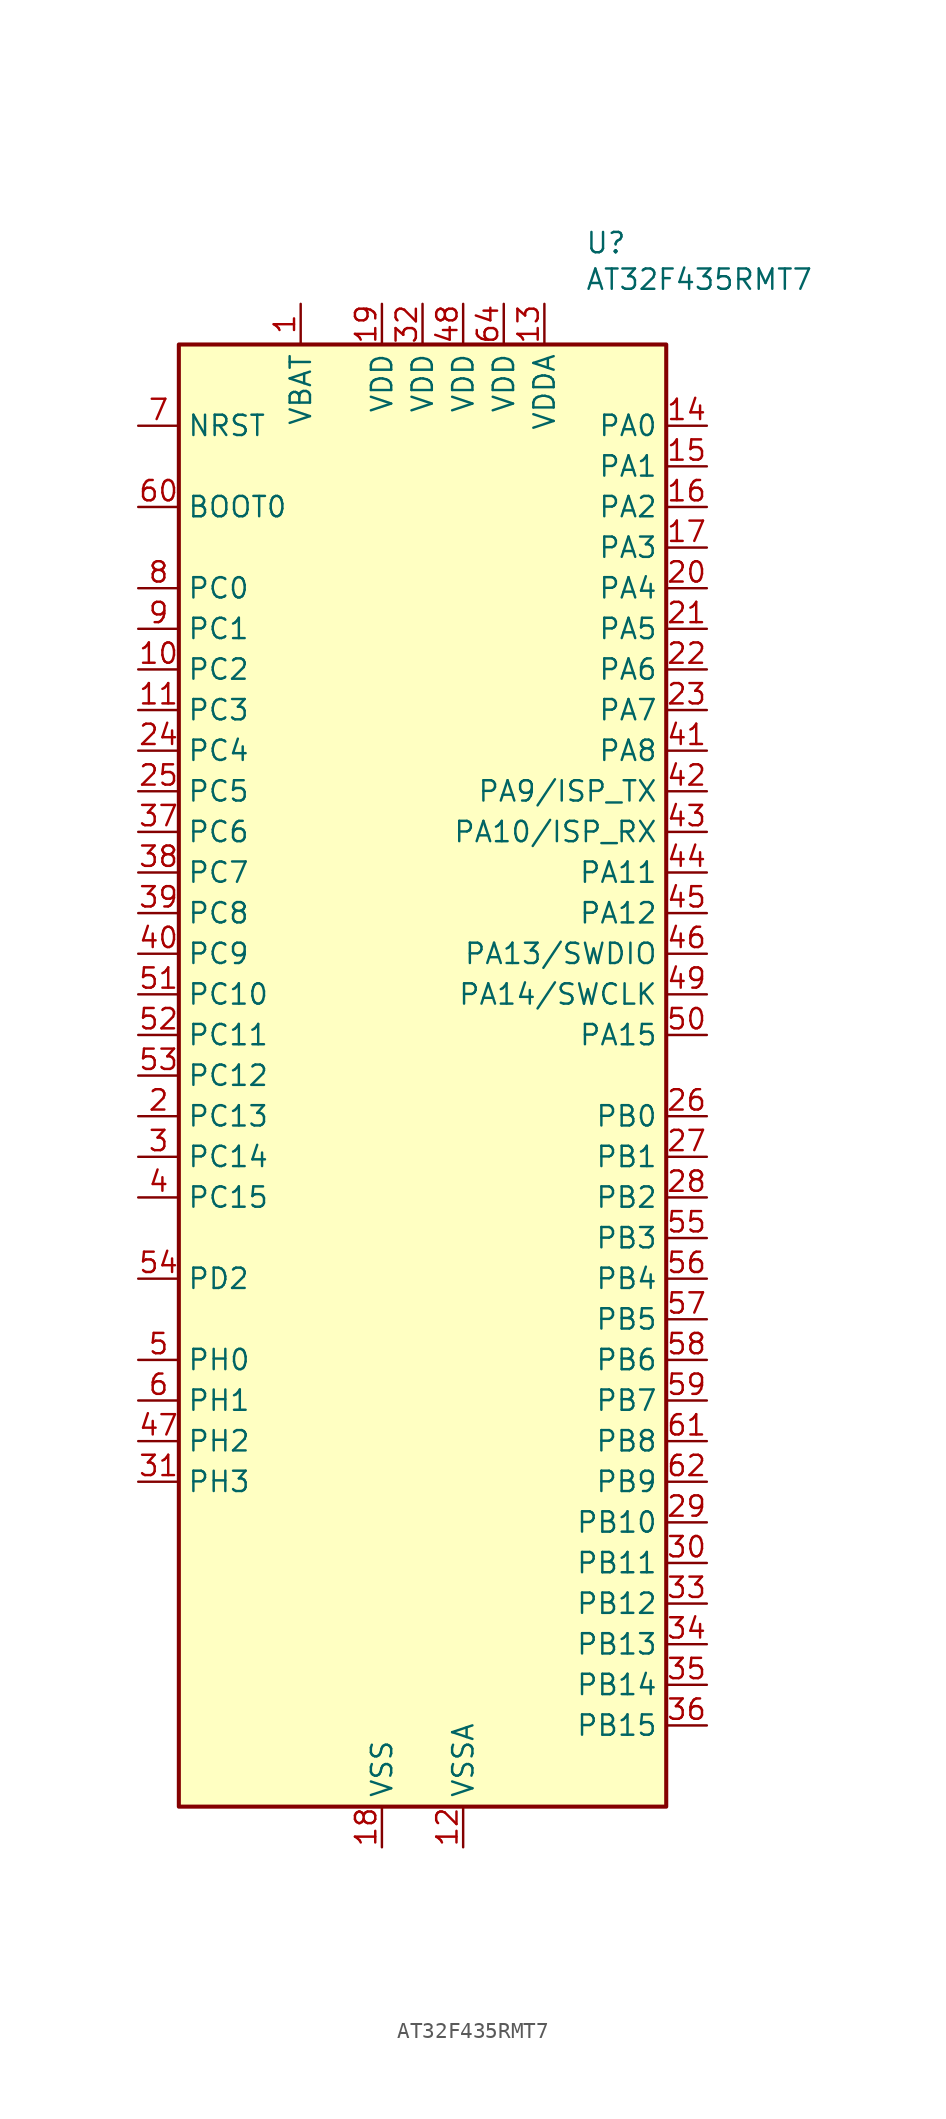
<source format=kicad_sym>
(kicad_symbol_lib
  (version 20241209)
  (generator "kicad_symbol_editor")
  (generator_version "9.0")
  (symbol "AT32F435RMT7"
    (property "Reference" "U"
      (at 10.16 52.07 0)
      (effects (font (size 1.27 1.27)) (justify left)))
    (property "Value" "AT32F435RMT7"
      (at 10.16 49.784 0)
      (effects (font (size 1.27 1.27)) (justify left)))
    (symbol "AT32F435RMT7_0_1"
      (rectangle (start -15.24 45.72) (end 15.24 -45.72) (stroke (width 0.254) (type default)) (fill (type background))))
    (symbol "AT32F435RMT7_1_0"
      (pin bidirectional line (at -17.78 30.48 0) (length 2.54) (name "PC0" (effects (font (size 1.27 1.27)))) (number "8" (effects (font (size 1.27 1.27)))))
      (pin bidirectional line (at -17.78 27.94 0) (length 2.54) (name "PC1" (effects (font (size 1.27 1.27)))) (number "9" (effects (font (size 1.27 1.27)))))
      (pin bidirectional line (at -17.78 25.4 0) (length 2.54) (name "PC2" (effects (font (size 1.27 1.27)))) (number "10" (effects (font (size 1.27 1.27)))))
      (pin bidirectional line (at -17.78 22.86 0) (length 2.54) (name "PC3" (effects (font (size 1.27 1.27)))) (number "11" (effects (font (size 1.27 1.27)))))
      (pin bidirectional line (at -17.78 20.32 0) (length 2.54) (name "PC4" (effects (font (size 1.27 1.27)))) (number "24" (effects (font (size 1.27 1.27)))))
      (pin bidirectional line (at -17.78 17.78 0) (length 2.54) (name "PC5" (effects (font (size 1.27 1.27)))) (number "25" (effects (font (size 1.27 1.27)))))
      (pin bidirectional line (at -17.78 15.24 0) (length 2.54) (name "PC6" (effects (font (size 1.27 1.27)))) (number "37" (effects (font (size 1.27 1.27)))))
      (pin bidirectional line (at -17.78 12.7 0) (length 2.54) (name "PC7" (effects (font (size 1.27 1.27)))) (number "38" (effects (font (size 1.27 1.27)))))
      (pin bidirectional line (at -17.78 10.16 0) (length 2.54) (name "PC8" (effects (font (size 1.27 1.27)))) (number "39" (effects (font (size 1.27 1.27)))))
      (pin bidirectional line (at -17.78 7.62 0) (length 2.54) (name "PC9" (effects (font (size 1.27 1.27)))) (number "40" (effects (font (size 1.27 1.27)))))
      (pin bidirectional line (at -17.78 5.08 0) (length 2.54) (name "PC10" (effects (font (size 1.27 1.27)))) (number "51" (effects (font (size 1.27 1.27)))))
      (pin bidirectional line (at -17.78 2.54 0) (length 2.54) (name "PC11" (effects (font (size 1.27 1.27)))) (number "52" (effects (font (size 1.27 1.27)))))
      (pin bidirectional line (at -17.78 0 0) (length 2.54) (name "PC12" (effects (font (size 1.27 1.27)))) (number "53" (effects (font (size 1.27 1.27)))))
      (pin bidirectional line (at -17.78 -12.7 0) (length 2.54) (name "PD2" (effects (font (size 1.27 1.27)))) (number "54" (effects (font (size 1.27 1.27)))))
      (pin power_in line (at -2.54 48.26 270) (length 2.54) (name "VDD" (effects (font (size 1.27 1.27)))) (number "19" (effects (font (size 1.27 1.27)))))
      (pin power_in line (at -2.54 -48.26 90) (length 2.54) (name "VSS" (effects (font (size 1.27 1.27)))) (number "18" (effects (font (size 1.27 1.27)))))
      (pin power_in line (at 2.54 -48.26 90) (length 2.54) (name "VSSA" (effects (font (size 1.27 1.27)))) (number "12" (effects (font (size 1.27 1.27)))))
      (pin power_in line (at 7.62 48.26 270) (length 2.54) (name "VDDA" (effects (font (size 1.27 1.27)))) (number "13" (effects (font (size 1.27 1.27))))))
    (symbol "AT32F435RMT7_1_1"
      (pin input line (at -17.78 40.64 0) (length 2.54) (name "NRST" (effects (font (size 1.27 1.27)))) (number "7" (effects (font (size 1.27 1.27)))))
      (pin input line (at -17.78 35.56 0) (length 2.54) (name "BOOT0" (effects (font (size 1.27 1.27)))) (number "60" (effects (font (size 1.27 1.27)))))
      (pin bidirectional line (at -17.78 -2.54 0) (length 2.54) (name "PC13" (effects (font (size 1.27 1.27)))) (number "2" (effects (font (size 1.27 1.27)))) (alternate "RTC_OUT" bidirectional line) (alternate "RTC_TAMPER" bidirectional line))
      (pin bidirectional line (at -17.78 -5.08 0) (length 2.54) (name "PC14" (effects (font (size 1.27 1.27)))) (number "3" (effects (font (size 1.27 1.27)))) (alternate "RCC_OSC32_IN" bidirectional line))
      (pin bidirectional line (at -17.78 -7.62 0) (length 2.54) (name "PC15" (effects (font (size 1.27 1.27)))) (number "4" (effects (font (size 1.27 1.27)))) (alternate "ADC1_EXTI15" bidirectional line) (alternate "ADC2_EXTI15" bidirectional line) (alternate "RCC_OSC32_OUT" bidirectional line))
      (pin bidirectional line (at -17.78 -17.78 0) (length 2.54) (name "PH0" (effects (font (size 1.27 1.27)))) (number "5" (effects (font (size 1.27 1.27)))) (alternate "RCC_OSC_IN" bidirectional line))
      (pin bidirectional line (at -17.78 -20.32 0) (length 2.54) (name "PH1" (effects (font (size 1.27 1.27)))) (number "6" (effects (font (size 1.27 1.27)))) (alternate "RCC_OSC_OUT" bidirectional line))
      (pin bidirectional line (at -17.78 -22.86 0) (length 2.54) (name "PH2" (effects (font (size 1.27 1.27)))) (number "47" (effects (font (size 1.27 1.27)))))
      (pin bidirectional line (at -17.78 -25.4 0) (length 2.54) (name "PH3" (effects (font (size 1.27 1.27)))) (number "31" (effects (font (size 1.27 1.27)))))
      (pin power_in line (at -7.62 48.26 270) (length 2.54) (name "VBAT" (effects (font (size 1.27 1.27)))) (number "1" (effects (font (size 1.27 1.27)))))
      (pin power_in line (at -2.54 -48.26 90) (length 2.54) (hide yes) (name "VSS" (effects (font (size 1.27 1.27)))) (number "63" (effects (font (size 1.27 1.27)))))
      (pin power_in line (at 0 48.26 270) (length 2.54) (name "VDD" (effects (font (size 1.27 1.27)))) (number "32" (effects (font (size 1.27 1.27)))))
      (pin power_in line (at 2.54 48.26 270) (length 2.54) (name "VDD" (effects (font (size 1.27 1.27)))) (number "48" (effects (font (size 1.27 1.27)))))
      (pin power_in line (at 5.08 48.26 270) (length 2.54) (name "VDD" (effects (font (size 1.27 1.27)))) (number "64" (effects (font (size 1.27 1.27)))))
      (pin bidirectional line (at 17.78 40.64 180) (length 2.54) (name "PA0" (effects (font (size 1.27 1.27)))) (number "14" (effects (font (size 1.27 1.27)))) (alternate "ADC1_IN0" bidirectional line) (alternate "ADC2_IN0" bidirectional line) (alternate "SYS_WKUP" bidirectional line) (alternate "TIM2_CH1" bidirectional line) (alternate "TIM2_ETR" bidirectional line) (alternate "USART2_CTS" bidirectional line))
      (pin bidirectional line (at 17.78 38.1 180) (length 2.54) (name "PA1" (effects (font (size 1.27 1.27)))) (number "15" (effects (font (size 1.27 1.27)))) (alternate "ADC1_IN1" bidirectional line) (alternate "ADC2_IN1" bidirectional line) (alternate "TIM2_CH2" bidirectional line) (alternate "USART2_RTS" bidirectional line))
      (pin bidirectional line (at 17.78 35.56 180) (length 2.54) (name "PA2" (effects (font (size 1.27 1.27)))) (number "16" (effects (font (size 1.27 1.27)))) (alternate "ADC1_IN2" bidirectional line) (alternate "ADC2_IN2" bidirectional line) (alternate "TIM2_CH3" bidirectional line) (alternate "USART2_TX" bidirectional line))
      (pin bidirectional line (at 17.78 33.02 180) (length 2.54) (name "PA3" (effects (font (size 1.27 1.27)))) (number "17" (effects (font (size 1.27 1.27)))) (alternate "ADC1_IN3" bidirectional line) (alternate "ADC2_IN3" bidirectional line) (alternate "TIM2_CH4" bidirectional line) (alternate "USART2_RX" bidirectional line))
      (pin bidirectional line (at 17.78 30.48 180) (length 2.54) (name "PA4" (effects (font (size 1.27 1.27)))) (number "20" (effects (font (size 1.27 1.27)))) (alternate "ADC1_IN4" bidirectional line) (alternate "ADC2_IN4" bidirectional line) (alternate "SPI1_NSS" bidirectional line) (alternate "USART2_CK" bidirectional line))
      (pin bidirectional line (at 17.78 27.94 180) (length 2.54) (name "PA5" (effects (font (size 1.27 1.27)))) (number "21" (effects (font (size 1.27 1.27)))) (alternate "ADC1_IN5" bidirectional line) (alternate "ADC2_IN5" bidirectional line) (alternate "SPI1_SCK" bidirectional line))
      (pin bidirectional line (at 17.78 25.4 180) (length 2.54) (name "PA6" (effects (font (size 1.27 1.27)))) (number "22" (effects (font (size 1.27 1.27)))) (alternate "ADC1_IN6" bidirectional line) (alternate "ADC2_IN6" bidirectional line) (alternate "SPI1_MISO" bidirectional line) (alternate "TIM1_BKIN" bidirectional line) (alternate "TIM3_CH1" bidirectional line))
      (pin bidirectional line (at 17.78 22.86 180) (length 2.54) (name "PA7" (effects (font (size 1.27 1.27)))) (number "23" (effects (font (size 1.27 1.27)))) (alternate "ADC1_IN7" bidirectional line) (alternate "ADC2_IN7" bidirectional line) (alternate "SPI1_MOSI" bidirectional line) (alternate "TIM1_CH1N" bidirectional line) (alternate "TIM3_CH2" bidirectional line))
      (pin bidirectional line (at 17.78 20.32 180) (length 2.54) (name "PA8" (effects (font (size 1.27 1.27)))) (number "41" (effects (font (size 1.27 1.27)))) (alternate "RCC_MCO" bidirectional line) (alternate "TIM1_CH1" bidirectional line) (alternate "USART1_CK" bidirectional line))
      (pin bidirectional line (at 17.78 17.78 180) (length 2.54) (name "PA9/ISP_TX" (effects (font (size 1.27 1.27)))) (number "42" (effects (font (size 1.27 1.27)))) (alternate "TIM1_CH2" bidirectional line) (alternate "USART1_TX" bidirectional line))
      (pin bidirectional line (at 17.78 15.24 180) (length 2.54) (name "PA10/ISP_RX" (effects (font (size 1.27 1.27)))) (number "43" (effects (font (size 1.27 1.27)))) (alternate "TIM1_CH3" bidirectional line) (alternate "USART1_RX" bidirectional line))
      (pin bidirectional line (at 17.78 12.7 180) (length 2.54) (name "PA11" (effects (font (size 1.27 1.27)))) (number "44" (effects (font (size 1.27 1.27)))) (alternate "ADC1_EXTI11" bidirectional line) (alternate "ADC2_EXTI11" bidirectional line) (alternate "CAN_RX" bidirectional line) (alternate "TIM1_CH4" bidirectional line) (alternate "USART1_CTS" bidirectional line) (alternate "USB_DM" bidirectional line))
      (pin bidirectional line (at 17.78 10.16 180) (length 2.54) (name "PA12" (effects (font (size 1.27 1.27)))) (number "45" (effects (font (size 1.27 1.27)))) (alternate "CAN_TX" bidirectional line) (alternate "TIM1_ETR" bidirectional line) (alternate "USART1_RTS" bidirectional line) (alternate "USB_DP" bidirectional line))
      (pin bidirectional line (at 17.78 7.62 180) (length 2.54) (name "PA13/SWDIO" (effects (font (size 1.27 1.27)))) (number "46" (effects (font (size 1.27 1.27)))) (alternate "SYS_JTMS-SWDIO" bidirectional line))
      (pin bidirectional line (at 17.78 5.08 180) (length 2.54) (name "PA14/SWCLK" (effects (font (size 1.27 1.27)))) (number "49" (effects (font (size 1.27 1.27)))) (alternate "SYS_JTCK-SWCLK" bidirectional line))
      (pin bidirectional line (at 17.78 2.54 180) (length 2.54) (name "PA15" (effects (font (size 1.27 1.27)))) (number "50" (effects (font (size 1.27 1.27)))) (alternate "ADC1_EXTI15" bidirectional line) (alternate "ADC2_EXTI15" bidirectional line) (alternate "SPI1_NSS" bidirectional line) (alternate "SYS_JTDI" bidirectional line) (alternate "TIM2_CH1" bidirectional line) (alternate "TIM2_ETR" bidirectional line))
      (pin bidirectional line (at 17.78 -2.54 180) (length 2.54) (name "PB0" (effects (font (size 1.27 1.27)))) (number "26" (effects (font (size 1.27 1.27)))) (alternate "ADC1_IN8" bidirectional line) (alternate "ADC2_IN8" bidirectional line) (alternate "TIM1_CH2N" bidirectional line) (alternate "TIM3_CH3" bidirectional line))
      (pin bidirectional line (at 17.78 -5.08 180) (length 2.54) (name "PB1" (effects (font (size 1.27 1.27)))) (number "27" (effects (font (size 1.27 1.27)))) (alternate "ADC1_IN9" bidirectional line) (alternate "ADC2_IN9" bidirectional line) (alternate "TIM1_CH3N" bidirectional line) (alternate "TIM3_CH4" bidirectional line))
      (pin bidirectional line (at 17.78 -7.62 180) (length 2.54) (name "PB2" (effects (font (size 1.27 1.27)))) (number "28" (effects (font (size 1.27 1.27)))))
      (pin bidirectional line (at 17.78 -10.16 180) (length 2.54) (name "PB3" (effects (font (size 1.27 1.27)))) (number "55" (effects (font (size 1.27 1.27)))) (alternate "SPI1_SCK" bidirectional line) (alternate "SYS_JTDO-TRACESWO" bidirectional line) (alternate "TIM2_CH2" bidirectional line))
      (pin bidirectional line (at 17.78 -12.7 180) (length 2.54) (name "PB4" (effects (font (size 1.27 1.27)))) (number "56" (effects (font (size 1.27 1.27)))) (alternate "SPI1_MISO" bidirectional line) (alternate "SYS_NJTRST" bidirectional line) (alternate "TIM3_CH1" bidirectional line))
      (pin bidirectional line (at 17.78 -15.24 180) (length 2.54) (name "PB5" (effects (font (size 1.27 1.27)))) (number "57" (effects (font (size 1.27 1.27)))) (alternate "I2C1_SMBA" bidirectional line) (alternate "SPI1_MOSI" bidirectional line) (alternate "TIM3_CH2" bidirectional line))
      (pin bidirectional line (at 17.78 -17.78 180) (length 2.54) (name "PB6" (effects (font (size 1.27 1.27)))) (number "58" (effects (font (size 1.27 1.27)))) (alternate "I2C1_SCL" bidirectional line) (alternate "TIM4_CH1" bidirectional line) (alternate "USART1_TX" bidirectional line))
      (pin bidirectional line (at 17.78 -20.32 180) (length 2.54) (name "PB7" (effects (font (size 1.27 1.27)))) (number "59" (effects (font (size 1.27 1.27)))) (alternate "I2C1_SDA" bidirectional line) (alternate "TIM4_CH2" bidirectional line) (alternate "USART1_RX" bidirectional line))
      (pin bidirectional line (at 17.78 -22.86 180) (length 2.54) (name "PB8" (effects (font (size 1.27 1.27)))) (number "61" (effects (font (size 1.27 1.27)))) (alternate "CAN_RX" bidirectional line) (alternate "I2C1_SCL" bidirectional line) (alternate "TIM4_CH3" bidirectional line))
      (pin bidirectional line (at 17.78 -25.4 180) (length 2.54) (name "PB9" (effects (font (size 1.27 1.27)))) (number "62" (effects (font (size 1.27 1.27)))) (alternate "CAN_TX" bidirectional line) (alternate "I2C1_SDA" bidirectional line) (alternate "TIM4_CH4" bidirectional line))
      (pin bidirectional line (at 17.78 -27.94 180) (length 2.54) (name "PB10" (effects (font (size 1.27 1.27)))) (number "29" (effects (font (size 1.27 1.27)))) (alternate "I2C2_SCL" bidirectional line) (alternate "TIM2_CH3" bidirectional line) (alternate "USART3_TX" bidirectional line))
      (pin bidirectional line (at 17.78 -30.48 180) (length 2.54) (name "PB11" (effects (font (size 1.27 1.27)))) (number "30" (effects (font (size 1.27 1.27)))) (alternate "ADC1_EXTI11" bidirectional line) (alternate "ADC2_EXTI11" bidirectional line) (alternate "I2C2_SDA" bidirectional line) (alternate "TIM2_CH4" bidirectional line) (alternate "USART3_RX" bidirectional line))
      (pin bidirectional line (at 17.78 -33.02 180) (length 2.54) (name "PB12" (effects (font (size 1.27 1.27)))) (number "33" (effects (font (size 1.27 1.27)))) (alternate "I2C2_SMBA" bidirectional line) (alternate "SPI2_NSS" bidirectional line) (alternate "TIM1_BKIN" bidirectional line) (alternate "USART3_CK" bidirectional line))
      (pin bidirectional line (at 17.78 -35.56 180) (length 2.54) (name "PB13" (effects (font (size 1.27 1.27)))) (number "34" (effects (font (size 1.27 1.27)))) (alternate "SPI2_SCK" bidirectional line) (alternate "TIM1_CH1N" bidirectional line) (alternate "USART3_CTS" bidirectional line))
      (pin bidirectional line (at 17.78 -38.1 180) (length 2.54) (name "PB14" (effects (font (size 1.27 1.27)))) (number "35" (effects (font (size 1.27 1.27)))) (alternate "SPI2_MISO" bidirectional line) (alternate "TIM1_CH2N" bidirectional line) (alternate "USART3_RTS" bidirectional line))
      (pin bidirectional line (at 17.78 -40.64 180) (length 2.54) (name "PB15" (effects (font (size 1.27 1.27)))) (number "36" (effects (font (size 1.27 1.27)))) (alternate "ADC1_EXTI15" bidirectional line) (alternate "ADC2_EXTI15" bidirectional line) (alternate "SPI2_MOSI" bidirectional line) (alternate "TIM1_CH3N" bidirectional line)))))
</source>
